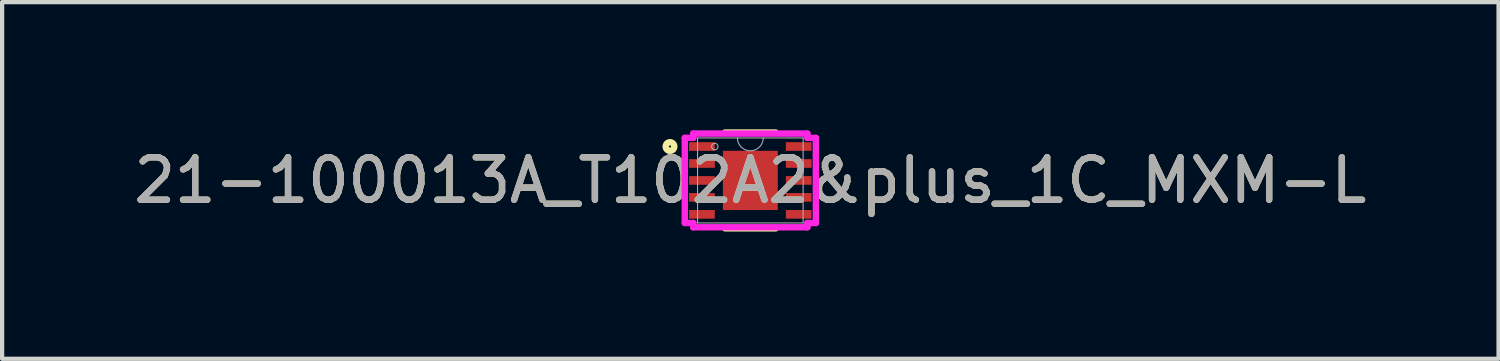
<source format=kicad_pcb>
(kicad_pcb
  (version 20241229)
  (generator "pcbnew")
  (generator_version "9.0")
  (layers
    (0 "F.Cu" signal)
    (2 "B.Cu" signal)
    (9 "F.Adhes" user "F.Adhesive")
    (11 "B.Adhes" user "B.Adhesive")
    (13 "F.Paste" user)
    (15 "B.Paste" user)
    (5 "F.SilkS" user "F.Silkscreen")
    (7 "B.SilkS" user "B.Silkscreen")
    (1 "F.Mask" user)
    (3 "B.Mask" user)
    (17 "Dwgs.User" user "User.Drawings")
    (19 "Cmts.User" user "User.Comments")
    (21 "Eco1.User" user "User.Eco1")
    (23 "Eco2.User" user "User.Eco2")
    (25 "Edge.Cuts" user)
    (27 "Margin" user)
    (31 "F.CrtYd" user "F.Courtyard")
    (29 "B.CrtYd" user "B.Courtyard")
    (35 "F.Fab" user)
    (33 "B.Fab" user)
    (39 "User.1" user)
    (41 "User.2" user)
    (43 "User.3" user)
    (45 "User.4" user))
  (footprint "21-100013A_T102A2&plus_1C_MXM-L"
    (layer "F.Cu")
    (at 14.649 1.206)
    (property "Reference" "21-100013A_T102A2&plus_1C_MXM-L" (at 0 0 0) (unlocked yes) (layer "F.SilkS") (effects (font (size 1 1) (thickness 0.15))))
    (attr smd)
    (fp_line (start -0.596 1.13) (end 0.596 1.13) (stroke (width 0.152) (type solid)) (layer "F.SilkS"))
    (fp_line (start 0.596 -1.13) (end -0.596 -1.13) (stroke (width 0.152) (type solid)) (layer "F.SilkS"))
    (fp_circle (center -1.895 -0.8) (end -1.794 -0.8) (stroke (width 0.152) (type solid)) (fill no) (layer "F.SilkS"))
    (fp_line (start -1.546 -1.004) (end -1.346 -1.004) (stroke (width 0.152) (type solid)) (layer "F.CrtYd"))
    (fp_line (start -1.546 1.004) (end -1.546 -1.004) (stroke (width 0.152) (type solid)) (layer "F.CrtYd"))
    (fp_line (start -1.546 1.004) (end -1.346 1.004) (stroke (width 0.152) (type solid)) (layer "F.CrtYd"))
    (fp_line (start -1.346 -1.105) (end 1.346 -1.105) (stroke (width 0.152) (type solid)) (layer "F.CrtYd"))
    (fp_line (start -1.346 -1.004) (end -1.346 -1.105) (stroke (width 0.152) (type solid)) (layer "F.CrtYd"))
    (fp_line (start -1.346 1.105) (end -1.346 1.004) (stroke (width 0.152) (type solid)) (layer "F.CrtYd"))
    (fp_line (start 1.346 -1.105) (end 1.346 -1.004) (stroke (width 0.152) (type solid)) (layer "F.CrtYd"))
    (fp_line (start 1.346 1.004) (end 1.346 1.105) (stroke (width 0.152) (type solid)) (layer "F.CrtYd"))
    (fp_line (start 1.346 1.105) (end -1.346 1.105) (stroke (width 0.152) (type solid)) (layer "F.CrtYd"))
    (fp_line (start 1.546 -1.004) (end 1.346 -1.004) (stroke (width 0.152) (type solid)) (layer "F.CrtYd"))
    (fp_line (start 1.546 -1.004) (end 1.546 1.004) (stroke (width 0.152) (type solid)) (layer "F.CrtYd"))
    (fp_line (start 1.546 1.004) (end 1.346 1.004) (stroke (width 0.152) (type solid)) (layer "F.CrtYd"))
    (fp_line (start -1.245 -1.003) (end -1.245 1.003) (stroke (width 0.025) (type solid)) (layer "F.Fab"))
    (fp_line (start -1.245 1.003) (end 1.245 1.003) (stroke (width 0.025) (type solid)) (layer "F.Fab"))
    (fp_line (start 1.245 -1.003) (end -1.245 -1.003) (stroke (width 0.025) (type solid)) (layer "F.Fab"))
    (fp_line (start 1.245 1.003) (end 1.245 -1.003) (stroke (width 0.025) (type solid)) (layer "F.Fab"))
    (fp_arc (start 0.3048 -1.0033) (mid 0 -0.6985) (end -0.3048 -1.0033) (stroke (width 0.0254) (type solid)) (layer "F.Fab"))
    (fp_circle (center -0.838 -0.8) (end -0.762 -0.8) (stroke (width 0.025) (type solid)) (fill no) (layer "F.Fab"))
    (fp_text user "${REFERENCE}" (at 0 0 0) (unlocked yes) (layer "F.Fab") (effects (font (size 1 1) (thickness 0.15))))
    (pad "1" smd rect (at -1.141 -0.8) (size 0.606 0.204) (layers "F.Cu" "F.Mask" "F.Paste"))
    (pad "2" smd rect (at -1.141 -0.4) (size 0.606 0.204) (layers "F.Cu" "F.Mask" "F.Paste"))
    (pad "3" smd rect (at -1.141 0) (size 0.606 0.204) (layers "F.Cu" "F.Mask" "F.Paste"))
    (pad "4" smd rect (at -1.141 0.4) (size 0.606 0.204) (layers "F.Cu" "F.Mask" "F.Paste"))
    (pad "5" smd rect (at -1.141 0.8) (size 0.606 0.204) (layers "F.Cu" "F.Mask" "F.Paste"))
    (pad "6" smd rect (at 1.141 0.8) (size 0.606 0.204) (layers "F.Cu" "F.Mask" "F.Paste"))
    (pad "7" smd rect (at 1.141 0.4) (size 0.606 0.204) (layers "F.Cu" "F.Mask" "F.Paste"))
    (pad "8" smd rect (at 1.141 0) (size 0.606 0.204) (layers "F.Cu" "F.Mask" "F.Paste"))
    (pad "9" smd rect (at 1.141 -0.4) (size 0.606 0.204) (layers "F.Cu" "F.Mask" "F.Paste"))
    (pad "10" smd rect (at 1.141 -0.8) (size 0.606 0.204) (layers "F.Cu" "F.Mask" "F.Paste"))
    (pad "11" smd rect (at 0 0) (size 1.295 1.397) (layers "F.Cu" "F.Mask" "F.Paste")))
  (gr_rect
    (start -3 -3)
    (end 32.298 5.413)
    (stroke (width 0.1) (type default))
    (fill no)
    (layer "Edge.Cuts")))
</source>
